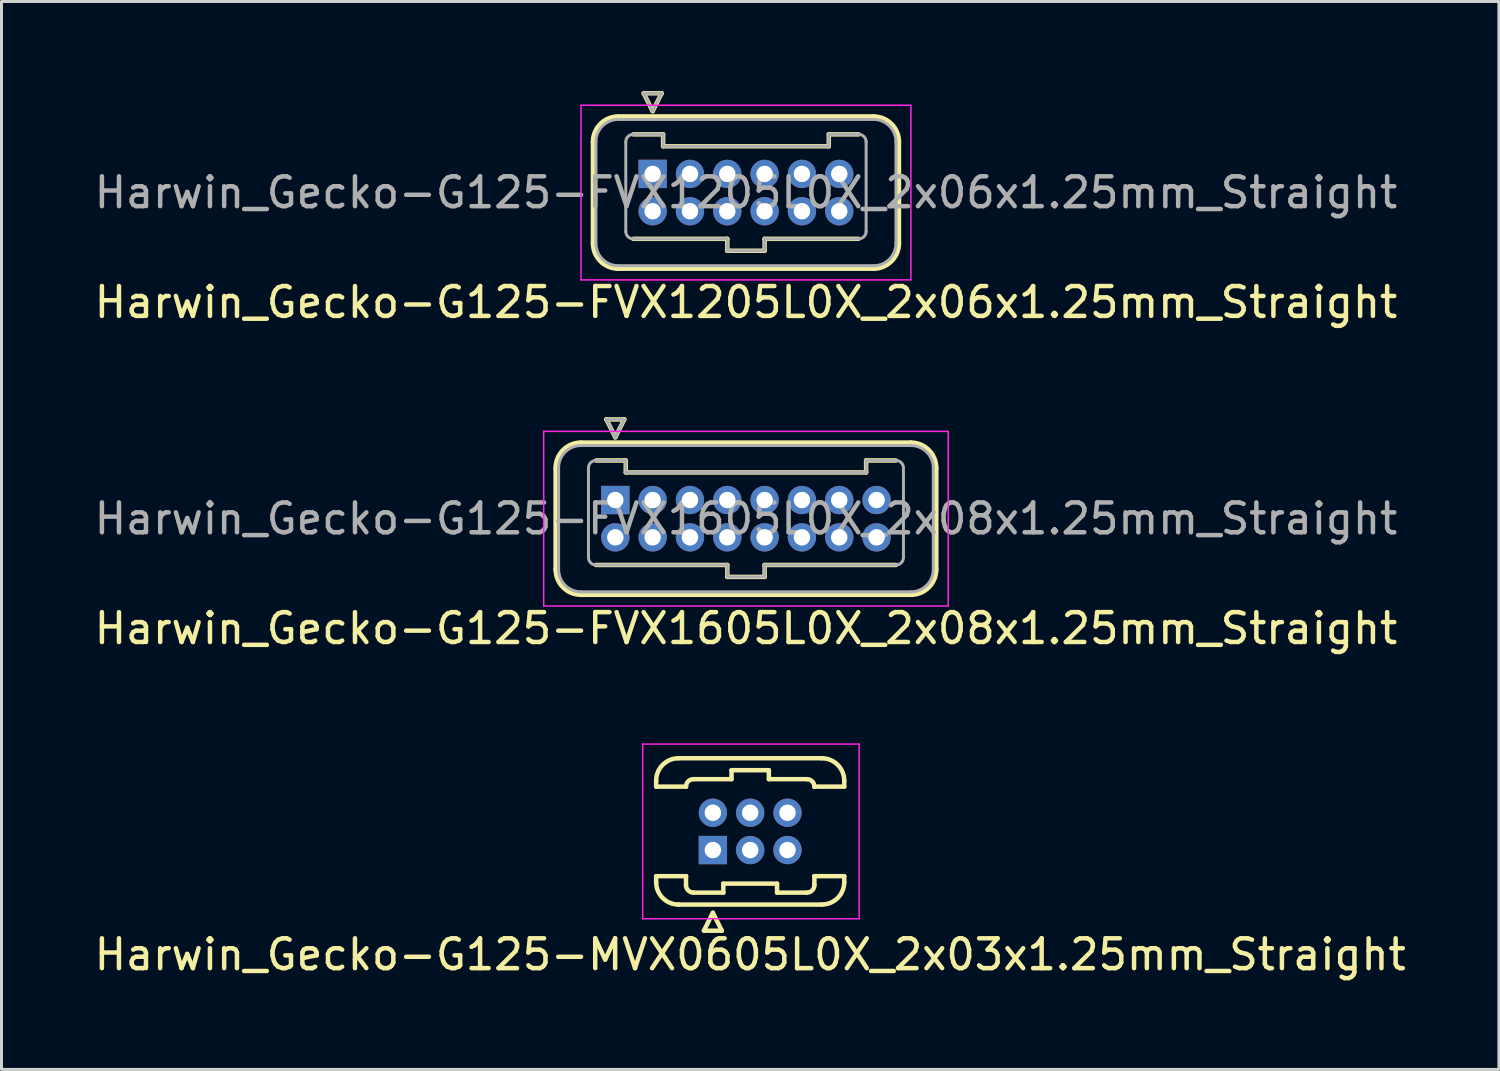
<source format=kicad_pcb>
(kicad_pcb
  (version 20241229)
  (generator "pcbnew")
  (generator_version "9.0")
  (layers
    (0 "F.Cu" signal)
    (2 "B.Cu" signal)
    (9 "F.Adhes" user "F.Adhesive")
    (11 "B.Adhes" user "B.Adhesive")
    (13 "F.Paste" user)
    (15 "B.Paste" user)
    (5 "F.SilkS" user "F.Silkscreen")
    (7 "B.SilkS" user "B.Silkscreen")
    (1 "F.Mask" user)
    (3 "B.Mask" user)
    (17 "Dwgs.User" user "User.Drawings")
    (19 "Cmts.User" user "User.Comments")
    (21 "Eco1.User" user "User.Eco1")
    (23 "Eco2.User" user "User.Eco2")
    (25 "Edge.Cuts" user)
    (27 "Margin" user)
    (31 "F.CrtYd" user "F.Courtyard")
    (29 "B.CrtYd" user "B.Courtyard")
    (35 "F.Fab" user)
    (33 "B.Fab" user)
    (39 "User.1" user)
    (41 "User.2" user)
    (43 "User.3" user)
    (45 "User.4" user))
  (footprint "Harwin_Gecko-G125-FVX1605L0X_2x08x1.25mm_Straight"
    (layer "F.Cu")
    (at 17.56 13.698)
    (property "Reference" "Harwin_Gecko-G125-FVX1605L0X_2x08x1.25mm_Straight" (at 4.375 4.3 0) (layer "F.SilkS") (effects (font (size 1 1) (thickness 0.15))))
    (attr through_hole)
    (fp_line (start -2 -1.075) (end -2 2.325) (stroke (width 0.15) (type solid)) (layer "F.SilkS"))
    (fp_line (start -1.15 -1.925) (end 9.9 -1.925) (stroke (width 0.15) (type solid)) (layer "F.SilkS"))
    (fp_line (start -1.15 3.175) (end 9.9 3.175) (stroke (width 0.15) (type solid)) (layer "F.SilkS"))
    (fp_line (start -0.65 -1.325) (end 0.35 -1.325) (stroke (width 0.15) (type solid)) (layer "F.SilkS"))
    (fp_line (start -0.65 2.175) (end 3.75 2.175) (stroke (width 0.15) (type solid)) (layer "F.SilkS"))
    (fp_line (start -0.3 -2.7) (end 0.3 -2.7) (stroke (width 0.15) (type solid)) (layer "F.SilkS"))
    (fp_line (start 0 -2.1) (end -0.3 -2.7) (stroke (width 0.15) (type solid)) (layer "F.SilkS"))
    (fp_line (start 0.3 -2.7) (end 0 -2.1) (stroke (width 0.15) (type solid)) (layer "F.SilkS"))
    (fp_line (start 0.35 -1.325) (end 0.35 -0.925) (stroke (width 0.15) (type solid)) (layer "F.SilkS"))
    (fp_line (start 0.35 -0.925) (end 8.4 -0.925) (stroke (width 0.15) (type solid)) (layer "F.SilkS"))
    (fp_line (start 3.75 2.175) (end 3.75 2.575) (stroke (width 0.15) (type solid)) (layer "F.SilkS"))
    (fp_line (start 3.75 2.575) (end 5 2.575) (stroke (width 0.15) (type solid)) (layer "F.SilkS"))
    (fp_line (start 5 2.175) (end 9.4 2.175) (stroke (width 0.15) (type solid)) (layer "F.SilkS"))
    (fp_line (start 5 2.575) (end 5 2.175) (stroke (width 0.15) (type solid)) (layer "F.SilkS"))
    (fp_line (start 8.4 -1.325) (end 9.4 -1.325) (stroke (width 0.15) (type solid)) (layer "F.SilkS"))
    (fp_line (start 8.4 -0.925) (end 8.4 -1.325) (stroke (width 0.15) (type solid)) (layer "F.SilkS"))
    (fp_line (start 10.75 -1.075) (end 10.75 2.325) (stroke (width 0.15) (type solid)) (layer "F.SilkS"))
    (fp_arc (start -2 -1.075) (mid -1.751041 -1.676041) (end -1.15 -1.925) (stroke (width 0.15) (type solid)) (layer "F.SilkS"))
    (fp_arc (start -1.15 3.175) (mid -1.751041 2.926041) (end -2 2.325) (stroke (width 0.15) (type solid)) (layer "F.SilkS"))
    (fp_arc (start 9.9 -1.925) (mid 10.501041 -1.676041) (end 10.75 -1.075) (stroke (width 0.15) (type solid)) (layer "F.SilkS"))
    (fp_arc (start 10.75 2.325) (mid 10.501041 2.926041) (end 9.9 3.175) (stroke (width 0.15) (type solid)) (layer "F.SilkS"))
    (fp_line (start -2.4 -2.3) (end -2.4 3.55) (stroke (width 0.05) (type solid)) (layer "F.CrtYd"))
    (fp_line (start -2.4 3.55) (end 11.15 3.55) (stroke (width 0.05) (type solid)) (layer "F.CrtYd"))
    (fp_line (start 11.15 -2.3) (end -2.4 -2.3) (stroke (width 0.05) (type solid)) (layer "F.CrtYd"))
    (fp_line (start 11.15 3.55) (end 11.15 -2.3) (stroke (width 0.05) (type solid)) (layer "F.CrtYd"))
    (fp_line (start -1.9 -1.075) (end -1.9 2.325) (stroke (width 0.1) (type solid)) (layer "F.Fab"))
    (fp_line (start -1.15 -1.825) (end 9.9 -1.825) (stroke (width 0.1) (type solid)) (layer "F.Fab"))
    (fp_line (start -1.15 3.075) (end 9.9 3.075) (stroke (width 0.1) (type solid)) (layer "F.Fab"))
    (fp_line (start -0.9 -1.075) (end -0.9 1.925) (stroke (width 0.1) (type solid)) (layer "F.Fab"))
    (fp_line (start -0.65 -1.325) (end 0.35 -1.325) (stroke (width 0.1) (type solid)) (layer "F.Fab"))
    (fp_line (start -0.65 2.175) (end 3.75 2.175) (stroke (width 0.1) (type solid)) (layer "F.Fab"))
    (fp_line (start -0.3 -2.7) (end 0.3 -2.7) (stroke (width 0.1) (type solid)) (layer "F.Fab"))
    (fp_line (start 0 -2.1) (end -0.3 -2.7) (stroke (width 0.1) (type solid)) (layer "F.Fab"))
    (fp_line (start 0.3 -2.7) (end 0 -2.1) (stroke (width 0.1) (type solid)) (layer "F.Fab"))
    (fp_line (start 0.35 -1.325) (end 0.35 -0.925) (stroke (width 0.1) (type solid)) (layer "F.Fab"))
    (fp_line (start 0.35 -0.925) (end 8.4 -0.925) (stroke (width 0.1) (type solid)) (layer "F.Fab"))
    (fp_line (start 3.75 2.175) (end 3.75 2.575) (stroke (width 0.1) (type solid)) (layer "F.Fab"))
    (fp_line (start 3.75 2.575) (end 5 2.575) (stroke (width 0.1) (type solid)) (layer "F.Fab"))
    (fp_line (start 5 2.175) (end 9.4 2.175) (stroke (width 0.1) (type solid)) (layer "F.Fab"))
    (fp_line (start 5 2.575) (end 5 2.175) (stroke (width 0.1) (type solid)) (layer "F.Fab"))
    (fp_line (start 8.4 -1.325) (end 9.4 -1.325) (stroke (width 0.1) (type solid)) (layer "F.Fab"))
    (fp_line (start 8.4 -0.925) (end 8.4 -1.325) (stroke (width 0.1) (type solid)) (layer "F.Fab"))
    (fp_line (start 9.65 -1.075) (end 9.65 1.925) (stroke (width 0.1) (type solid)) (layer "F.Fab"))
    (fp_line (start 10.65 -1.075) (end 10.65 2.325) (stroke (width 0.1) (type solid)) (layer "F.Fab"))
    (fp_arc (start -1.9 -1.075) (mid -1.68033 -1.60533) (end -1.15 -1.825) (stroke (width 0.1) (type solid)) (layer "F.Fab"))
    (fp_arc (start -1.15 3.075) (mid -1.68033 2.85533) (end -1.9 2.325) (stroke (width 0.1) (type solid)) (layer "F.Fab"))
    (fp_arc (start -0.9 -1.075) (mid -0.826777 -1.251777) (end -0.65 -1.325) (stroke (width 0.1) (type solid)) (layer "F.Fab"))
    (fp_arc (start -0.65 2.175) (mid -0.826777 2.101777) (end -0.9 1.925) (stroke (width 0.1) (type solid)) (layer "F.Fab"))
    (fp_arc (start 9.4 -1.325) (mid 9.576777 -1.251777) (end 9.65 -1.075) (stroke (width 0.1) (type solid)) (layer "F.Fab"))
    (fp_arc (start 9.65 1.925) (mid 9.576777 2.101777) (end 9.4 2.175) (stroke (width 0.1) (type solid)) (layer "F.Fab"))
    (fp_arc (start 9.9 -1.825) (mid 10.43033 -1.60533) (end 10.65 -1.075) (stroke (width 0.1) (type solid)) (layer "F.Fab"))
    (fp_arc (start 10.65 2.325) (mid 10.43033 2.85533) (end 9.9 3.075) (stroke (width 0.1) (type solid)) (layer "F.Fab"))
    (fp_text user "${REFERENCE}" (at 4.375 0.625 0) (layer "F.Fab") (effects (font (size 1 1) (thickness 0.15))))
    (pad "1" thru_hole rect (at 0 0) (size 0.95 0.95) (drill 0.55) (layers "*.Cu" "*.Mask"))
    (pad "2" thru_hole circle (at 1.25 0) (size 0.95 0.95) (drill 0.55) (layers "*.Cu" "*.Mask"))
    (pad "3" thru_hole circle (at 2.5 0) (size 0.95 0.95) (drill 0.55) (layers "*.Cu" "*.Mask"))
    (pad "4" thru_hole circle (at 3.75 0) (size 0.95 0.95) (drill 0.55) (layers "*.Cu" "*.Mask"))
    (pad "5" thru_hole circle (at 5 0) (size 0.95 0.95) (drill 0.55) (layers "*.Cu" "*.Mask"))
    (pad "6" thru_hole circle (at 6.25 0) (size 0.95 0.95) (drill 0.55) (layers "*.Cu" "*.Mask"))
    (pad "7" thru_hole circle (at 7.5 0) (size 0.95 0.95) (drill 0.55) (layers "*.Cu" "*.Mask"))
    (pad "8" thru_hole circle (at 8.75 0) (size 0.95 0.95) (drill 0.55) (layers "*.Cu" "*.Mask"))
    (pad "9" thru_hole circle (at 0 1.25) (size 0.95 0.95) (drill 0.55) (layers "*.Cu" "*.Mask"))
    (pad "10" thru_hole circle (at 1.25 1.25) (size 0.95 0.95) (drill 0.55) (layers "*.Cu" "*.Mask"))
    (pad "11" thru_hole circle (at 2.5 1.25) (size 0.95 0.95) (drill 0.55) (layers "*.Cu" "*.Mask"))
    (pad "12" thru_hole circle (at 3.75 1.25) (size 0.95 0.95) (drill 0.55) (layers "*.Cu" "*.Mask"))
    (pad "13" thru_hole circle (at 5 1.25) (size 0.95 0.95) (drill 0.55) (layers "*.Cu" "*.Mask"))
    (pad "14" thru_hole circle (at 6.25 1.25) (size 0.95 0.95) (drill 0.55) (layers "*.Cu" "*.Mask"))
    (pad "15" thru_hole circle (at 7.5 1.25) (size 0.95 0.95) (drill 0.55) (layers "*.Cu" "*.Mask"))
    (pad "16" thru_hole circle (at 8.75 1.25) (size 0.95 0.95) (drill 0.55) (layers "*.Cu" "*.Mask")))
  (footprint "Harwin_Gecko-G125-FVX1205L0X_2x06x1.25mm_Straight"
    (layer "F.Cu")
    (at 18.81 2.775)
    (property "Reference" "Harwin_Gecko-G125-FVX1205L0X_2x06x1.25mm_Straight" (at 3.125 4.3 0) (layer "F.SilkS") (effects (font (size 1 1) (thickness 0.15))))
    (attr through_hole)
    (fp_line (start -2 -1.075) (end -2 2.325) (stroke (width 0.15) (type solid)) (layer "F.SilkS"))
    (fp_line (start -1.15 -1.925) (end 7.4 -1.925) (stroke (width 0.15) (type solid)) (layer "F.SilkS"))
    (fp_line (start -1.15 3.175) (end 7.4 3.175) (stroke (width 0.15) (type solid)) (layer "F.SilkS"))
    (fp_line (start -0.65 -1.325) (end 0.35 -1.325) (stroke (width 0.15) (type solid)) (layer "F.SilkS"))
    (fp_line (start -0.65 2.175) (end 2.5 2.175) (stroke (width 0.15) (type solid)) (layer "F.SilkS"))
    (fp_line (start -0.3 -2.7) (end 0.3 -2.7) (stroke (width 0.15) (type solid)) (layer "F.SilkS"))
    (fp_line (start 0 -2.1) (end -0.3 -2.7) (stroke (width 0.15) (type solid)) (layer "F.SilkS"))
    (fp_line (start 0.3 -2.7) (end 0 -2.1) (stroke (width 0.15) (type solid)) (layer "F.SilkS"))
    (fp_line (start 0.35 -1.325) (end 0.35 -0.925) (stroke (width 0.15) (type solid)) (layer "F.SilkS"))
    (fp_line (start 0.35 -0.925) (end 5.9 -0.925) (stroke (width 0.15) (type solid)) (layer "F.SilkS"))
    (fp_line (start 2.5 2.175) (end 2.5 2.575) (stroke (width 0.15) (type solid)) (layer "F.SilkS"))
    (fp_line (start 2.5 2.575) (end 3.75 2.575) (stroke (width 0.15) (type solid)) (layer "F.SilkS"))
    (fp_line (start 3.75 2.175) (end 6.9 2.175) (stroke (width 0.15) (type solid)) (layer "F.SilkS"))
    (fp_line (start 3.75 2.575) (end 3.75 2.175) (stroke (width 0.15) (type solid)) (layer "F.SilkS"))
    (fp_line (start 5.9 -1.325) (end 6.9 -1.325) (stroke (width 0.15) (type solid)) (layer "F.SilkS"))
    (fp_line (start 5.9 -0.925) (end 5.9 -1.325) (stroke (width 0.15) (type solid)) (layer "F.SilkS"))
    (fp_line (start 8.25 -1.075) (end 8.25 2.325) (stroke (width 0.15) (type solid)) (layer "F.SilkS"))
    (fp_arc (start -2 -1.075) (mid -1.751041 -1.676041) (end -1.15 -1.925) (stroke (width 0.15) (type solid)) (layer "F.SilkS"))
    (fp_arc (start -1.15 3.175) (mid -1.751041 2.926041) (end -2 2.325) (stroke (width 0.15) (type solid)) (layer "F.SilkS"))
    (fp_arc (start 7.4 -1.925) (mid 8.001041 -1.676041) (end 8.25 -1.075) (stroke (width 0.15) (type solid)) (layer "F.SilkS"))
    (fp_arc (start 8.25 2.325) (mid 8.001041 2.926041) (end 7.4 3.175) (stroke (width 0.15) (type solid)) (layer "F.SilkS"))
    (fp_line (start -2.4 -2.3) (end -2.4 3.55) (stroke (width 0.05) (type solid)) (layer "F.CrtYd"))
    (fp_line (start -2.4 3.55) (end 8.65 3.55) (stroke (width 0.05) (type solid)) (layer "F.CrtYd"))
    (fp_line (start 8.65 -2.3) (end -2.4 -2.3) (stroke (width 0.05) (type solid)) (layer "F.CrtYd"))
    (fp_line (start 8.65 3.55) (end 8.65 -2.3) (stroke (width 0.05) (type solid)) (layer "F.CrtYd"))
    (fp_line (start -1.9 -1.075) (end -1.9 2.325) (stroke (width 0.1) (type solid)) (layer "F.Fab"))
    (fp_line (start -1.15 -1.825) (end 7.4 -1.825) (stroke (width 0.1) (type solid)) (layer "F.Fab"))
    (fp_line (start -1.15 3.075) (end 7.4 3.075) (stroke (width 0.1) (type solid)) (layer "F.Fab"))
    (fp_line (start -0.9 -1.075) (end -0.9 1.925) (stroke (width 0.1) (type solid)) (layer "F.Fab"))
    (fp_line (start -0.65 -1.325) (end 0.35 -1.325) (stroke (width 0.1) (type solid)) (layer "F.Fab"))
    (fp_line (start -0.65 2.175) (end 2.5 2.175) (stroke (width 0.1) (type solid)) (layer "F.Fab"))
    (fp_line (start -0.3 -2.7) (end 0.3 -2.7) (stroke (width 0.1) (type solid)) (layer "F.Fab"))
    (fp_line (start 0 -2.1) (end -0.3 -2.7) (stroke (width 0.1) (type solid)) (layer "F.Fab"))
    (fp_line (start 0.3 -2.7) (end 0 -2.1) (stroke (width 0.1) (type solid)) (layer "F.Fab"))
    (fp_line (start 0.35 -1.325) (end 0.35 -0.925) (stroke (width 0.1) (type solid)) (layer "F.Fab"))
    (fp_line (start 0.35 -0.925) (end 5.9 -0.925) (stroke (width 0.1) (type solid)) (layer "F.Fab"))
    (fp_line (start 2.5 2.175) (end 2.5 2.575) (stroke (width 0.1) (type solid)) (layer "F.Fab"))
    (fp_line (start 2.5 2.575) (end 3.75 2.575) (stroke (width 0.1) (type solid)) (layer "F.Fab"))
    (fp_line (start 3.75 2.175) (end 6.9 2.175) (stroke (width 0.1) (type solid)) (layer "F.Fab"))
    (fp_line (start 3.75 2.575) (end 3.75 2.175) (stroke (width 0.1) (type solid)) (layer "F.Fab"))
    (fp_line (start 5.9 -1.325) (end 6.9 -1.325) (stroke (width 0.1) (type solid)) (layer "F.Fab"))
    (fp_line (start 5.9 -0.925) (end 5.9 -1.325) (stroke (width 0.1) (type solid)) (layer "F.Fab"))
    (fp_line (start 7.15 -1.075) (end 7.15 1.925) (stroke (width 0.1) (type solid)) (layer "F.Fab"))
    (fp_line (start 8.15 -1.075) (end 8.15 2.325) (stroke (width 0.1) (type solid)) (layer "F.Fab"))
    (fp_arc (start -1.9 -1.075) (mid -1.68033 -1.60533) (end -1.15 -1.825) (stroke (width 0.1) (type solid)) (layer "F.Fab"))
    (fp_arc (start -1.15 3.075) (mid -1.68033 2.85533) (end -1.9 2.325) (stroke (width 0.1) (type solid)) (layer "F.Fab"))
    (fp_arc (start -0.9 -1.075) (mid -0.826777 -1.251777) (end -0.65 -1.325) (stroke (width 0.1) (type solid)) (layer "F.Fab"))
    (fp_arc (start -0.65 2.175) (mid -0.826777 2.101777) (end -0.9 1.925) (stroke (width 0.1) (type solid)) (layer "F.Fab"))
    (fp_arc (start 6.9 -1.325) (mid 7.076777 -1.251777) (end 7.15 -1.075) (stroke (width 0.1) (type solid)) (layer "F.Fab"))
    (fp_arc (start 7.15 1.925) (mid 7.076777 2.101777) (end 6.9 2.175) (stroke (width 0.1) (type solid)) (layer "F.Fab"))
    (fp_arc (start 7.4 -1.825) (mid 7.93033 -1.60533) (end 8.15 -1.075) (stroke (width 0.1) (type solid)) (layer "F.Fab"))
    (fp_arc (start 8.15 2.325) (mid 7.93033 2.85533) (end 7.4 3.075) (stroke (width 0.1) (type solid)) (layer "F.Fab"))
    (fp_text user "${REFERENCE}" (at 3.125 0.625 0) (layer "F.Fab") (effects (font (size 1 1) (thickness 0.15))))
    (pad "1" thru_hole rect (at 0 0) (size 0.95 0.95) (drill 0.55) (layers "*.Cu" "*.Mask"))
    (pad "2" thru_hole circle (at 1.25 0) (size 0.95 0.95) (drill 0.55) (layers "*.Cu" "*.Mask"))
    (pad "3" thru_hole circle (at 2.5 0) (size 0.95 0.95) (drill 0.55) (layers "*.Cu" "*.Mask"))
    (pad "4" thru_hole circle (at 3.75 0) (size 0.95 0.95) (drill 0.55) (layers "*.Cu" "*.Mask"))
    (pad "5" thru_hole circle (at 5 0) (size 0.95 0.95) (drill 0.55) (layers "*.Cu" "*.Mask"))
    (pad "6" thru_hole circle (at 6.25 0) (size 0.95 0.95) (drill 0.55) (layers "*.Cu" "*.Mask"))
    (pad "7" thru_hole circle (at 0 1.25) (size 0.95 0.95) (drill 0.55) (layers "*.Cu" "*.Mask"))
    (pad "8" thru_hole circle (at 1.25 1.25) (size 0.95 0.95) (drill 0.55) (layers "*.Cu" "*.Mask"))
    (pad "9" thru_hole circle (at 2.5 1.25) (size 0.95 0.95) (drill 0.55) (layers "*.Cu" "*.Mask"))
    (pad "10" thru_hole circle (at 3.75 1.25) (size 0.95 0.95) (drill 0.55) (layers "*.Cu" "*.Mask"))
    (pad "11" thru_hole circle (at 5 1.25) (size 0.95 0.95) (drill 0.55) (layers "*.Cu" "*.Mask"))
    (pad "12" thru_hole circle (at 6.25 1.25) (size 0.95 0.95) (drill 0.55) (layers "*.Cu" "*.Mask")))
  (footprint "Harwin_Gecko-G125-MVX0605L0X_2x03x1.25mm_Straight"
    (layer "F.Cu")
    (at 20.827 25.422)
    (property "Reference" "Harwin_Gecko-G125-MVX0605L0X_2x03x1.25mm_Straight" (at 1.25 3.5 0) (layer "F.SilkS") (effects (font (size 1 1) (thickness 0.15))))
    (attr through_hole)
    (fp_line (start -1.9 -2.325) (end -1.9 -2.125) (stroke (width 0.15) (type solid)) (layer "F.SilkS"))
    (fp_line (start -1.9 -2.125) (end -0.9 -2.125) (stroke (width 0.15) (type solid)) (layer "F.SilkS"))
    (fp_line (start -1.9 0.875) (end -0.9 0.875) (stroke (width 0.15) (type solid)) (layer "F.SilkS"))
    (fp_line (start -1.9 1.075) (end -1.9 0.875) (stroke (width 0.15) (type solid)) (layer "F.SilkS"))
    (fp_line (start -1.15 -3.075) (end 3.65 -3.075) (stroke (width 0.15) (type solid)) (layer "F.SilkS"))
    (fp_line (start -1.15 1.825) (end 3.65 1.825) (stroke (width 0.15) (type solid)) (layer "F.SilkS"))
    (fp_line (start -0.9 -2.125) (end -0.9 -2.125) (stroke (width 0.15) (type solid)) (layer "F.SilkS"))
    (fp_line (start -0.9 0.875) (end -0.9 0.875) (stroke (width 0.15) (type solid)) (layer "F.SilkS"))
    (fp_line (start -0.9 1.175) (end -0.9 0.875) (stroke (width 0.15) (type solid)) (layer "F.SilkS"))
    (fp_line (start -0.65 -2.375) (end 0.625 -2.375) (stroke (width 0.15) (type solid)) (layer "F.SilkS"))
    (fp_line (start -0.65 1.425) (end 0.35 1.425) (stroke (width 0.15) (type solid)) (layer "F.SilkS"))
    (fp_line (start -0.3 2.7) (end 0.3 2.7) (stroke (width 0.15) (type solid)) (layer "F.SilkS"))
    (fp_line (start 0 2.1) (end -0.3 2.7) (stroke (width 0.15) (type solid)) (layer "F.SilkS"))
    (fp_line (start 0.3 2.7) (end 0 2.1) (stroke (width 0.15) (type solid)) (layer "F.SilkS"))
    (fp_line (start 0.35 1.125) (end 2.15 1.125) (stroke (width 0.15) (type solid)) (layer "F.SilkS"))
    (fp_line (start 0.35 1.425) (end 0.35 1.125) (stroke (width 0.15) (type solid)) (layer "F.SilkS"))
    (fp_line (start 0.625 -2.675) (end 1.875 -2.675) (stroke (width 0.15) (type solid)) (layer "F.SilkS"))
    (fp_line (start 0.625 -2.375) (end 0.625 -2.675) (stroke (width 0.15) (type solid)) (layer "F.SilkS"))
    (fp_line (start 1.875 -2.675) (end 1.875 -2.375) (stroke (width 0.15) (type solid)) (layer "F.SilkS"))
    (fp_line (start 1.875 -2.375) (end 3.15 -2.375) (stroke (width 0.15) (type solid)) (layer "F.SilkS"))
    (fp_line (start 2.15 1.125) (end 2.15 1.425) (stroke (width 0.15) (type solid)) (layer "F.SilkS"))
    (fp_line (start 2.15 1.425) (end 3.15 1.425) (stroke (width 0.15) (type solid)) (layer "F.SilkS"))
    (fp_line (start 3.4 -2.125) (end 3.4 -2.125) (stroke (width 0.15) (type solid)) (layer "F.SilkS"))
    (fp_line (start 3.4 0.875) (end 3.4 0.875) (stroke (width 0.15) (type solid)) (layer "F.SilkS"))
    (fp_line (start 3.4 1.175) (end 3.4 0.875) (stroke (width 0.15) (type solid)) (layer "F.SilkS"))
    (fp_line (start 4.4 -2.325) (end 4.4 -2.125) (stroke (width 0.15) (type solid)) (layer "F.SilkS"))
    (fp_line (start 4.4 -2.125) (end 3.4 -2.125) (stroke (width 0.15) (type solid)) (layer "F.SilkS"))
    (fp_line (start 4.4 0.875) (end 3.4 0.875) (stroke (width 0.15) (type solid)) (layer "F.SilkS"))
    (fp_line (start 4.4 1.075) (end 4.4 0.875) (stroke (width 0.15) (type solid)) (layer "F.SilkS"))
    (fp_arc (start -1.9 -2.325) (mid -1.68033 -2.85533) (end -1.15 -3.075) (stroke (width 0.15) (type solid)) (layer "F.SilkS"))
    (fp_arc (start -1.15 1.825) (mid -1.68033 1.60533) (end -1.9 1.075) (stroke (width 0.15) (type solid)) (layer "F.SilkS"))
    (fp_arc (start -0.9 -2.125) (mid -0.826777 -2.301777) (end -0.65 -2.375) (stroke (width 0.15) (type solid)) (layer "F.SilkS"))
    (fp_arc (start -0.65 1.425) (mid -0.826777 1.351777) (end -0.9 1.175) (stroke (width 0.15) (type solid)) (layer "F.SilkS"))
    (fp_arc (start 3.15 -2.375) (mid 3.326777 -2.301777) (end 3.4 -2.125) (stroke (width 0.15) (type solid)) (layer "F.SilkS"))
    (fp_arc (start 3.4 1.175) (mid 3.326777 1.351777) (end 3.15 1.425) (stroke (width 0.15) (type solid)) (layer "F.SilkS"))
    (fp_arc (start 3.65 -3.075) (mid 4.18033 -2.85533) (end 4.4 -2.325) (stroke (width 0.15) (type solid)) (layer "F.SilkS"))
    (fp_arc (start 4.4 1.075) (mid 4.18033 1.60533) (end 3.65 1.825) (stroke (width 0.15) (type solid)) (layer "F.SilkS"))
    (fp_line (start -2.35 -3.55) (end -2.35 2.3) (stroke (width 0.05) (type solid)) (layer "F.CrtYd"))
    (fp_line (start -2.35 2.3) (end 4.9 2.3) (stroke (width 0.05) (type solid)) (layer "F.CrtYd"))
    (fp_line (start 4.9 -3.55) (end -2.35 -3.55) (stroke (width 0.05) (type solid)) (layer "F.CrtYd"))
    (fp_line (start 4.9 2.3) (end 4.9 -3.55) (stroke (width 0.05) (type solid)) (layer "F.CrtYd"))
    (pad "1" thru_hole rect (at 0 0) (size 0.95 0.95) (drill 0.55) (layers "*.Cu" "*.Mask"))
    (pad "2" thru_hole circle (at 0 -1.25) (size 0.95 0.95) (drill 0.55) (layers "*.Cu" "*.Mask"))
    (pad "3" thru_hole circle (at 1.25 0) (size 0.95 0.95) (drill 0.55) (layers "*.Cu" "*.Mask"))
    (pad "4" thru_hole circle (at 1.25 -1.25) (size 0.95 0.95) (drill 0.55) (layers "*.Cu" "*.Mask"))
    (pad "5" thru_hole circle (at 2.5 0) (size 0.95 0.95) (drill 0.55) (layers "*.Cu" "*.Mask"))
    (pad "6" thru_hole circle (at 2.5 -1.25) (size 0.95 0.95) (drill 0.55) (layers "*.Cu" "*.Mask")))
  (gr_rect
    (start -3 -3)
    (end 47.155 32.77)
    (stroke (width 0.1) (type default))
    (fill no)
    (layer "Edge.Cuts")))
</source>
